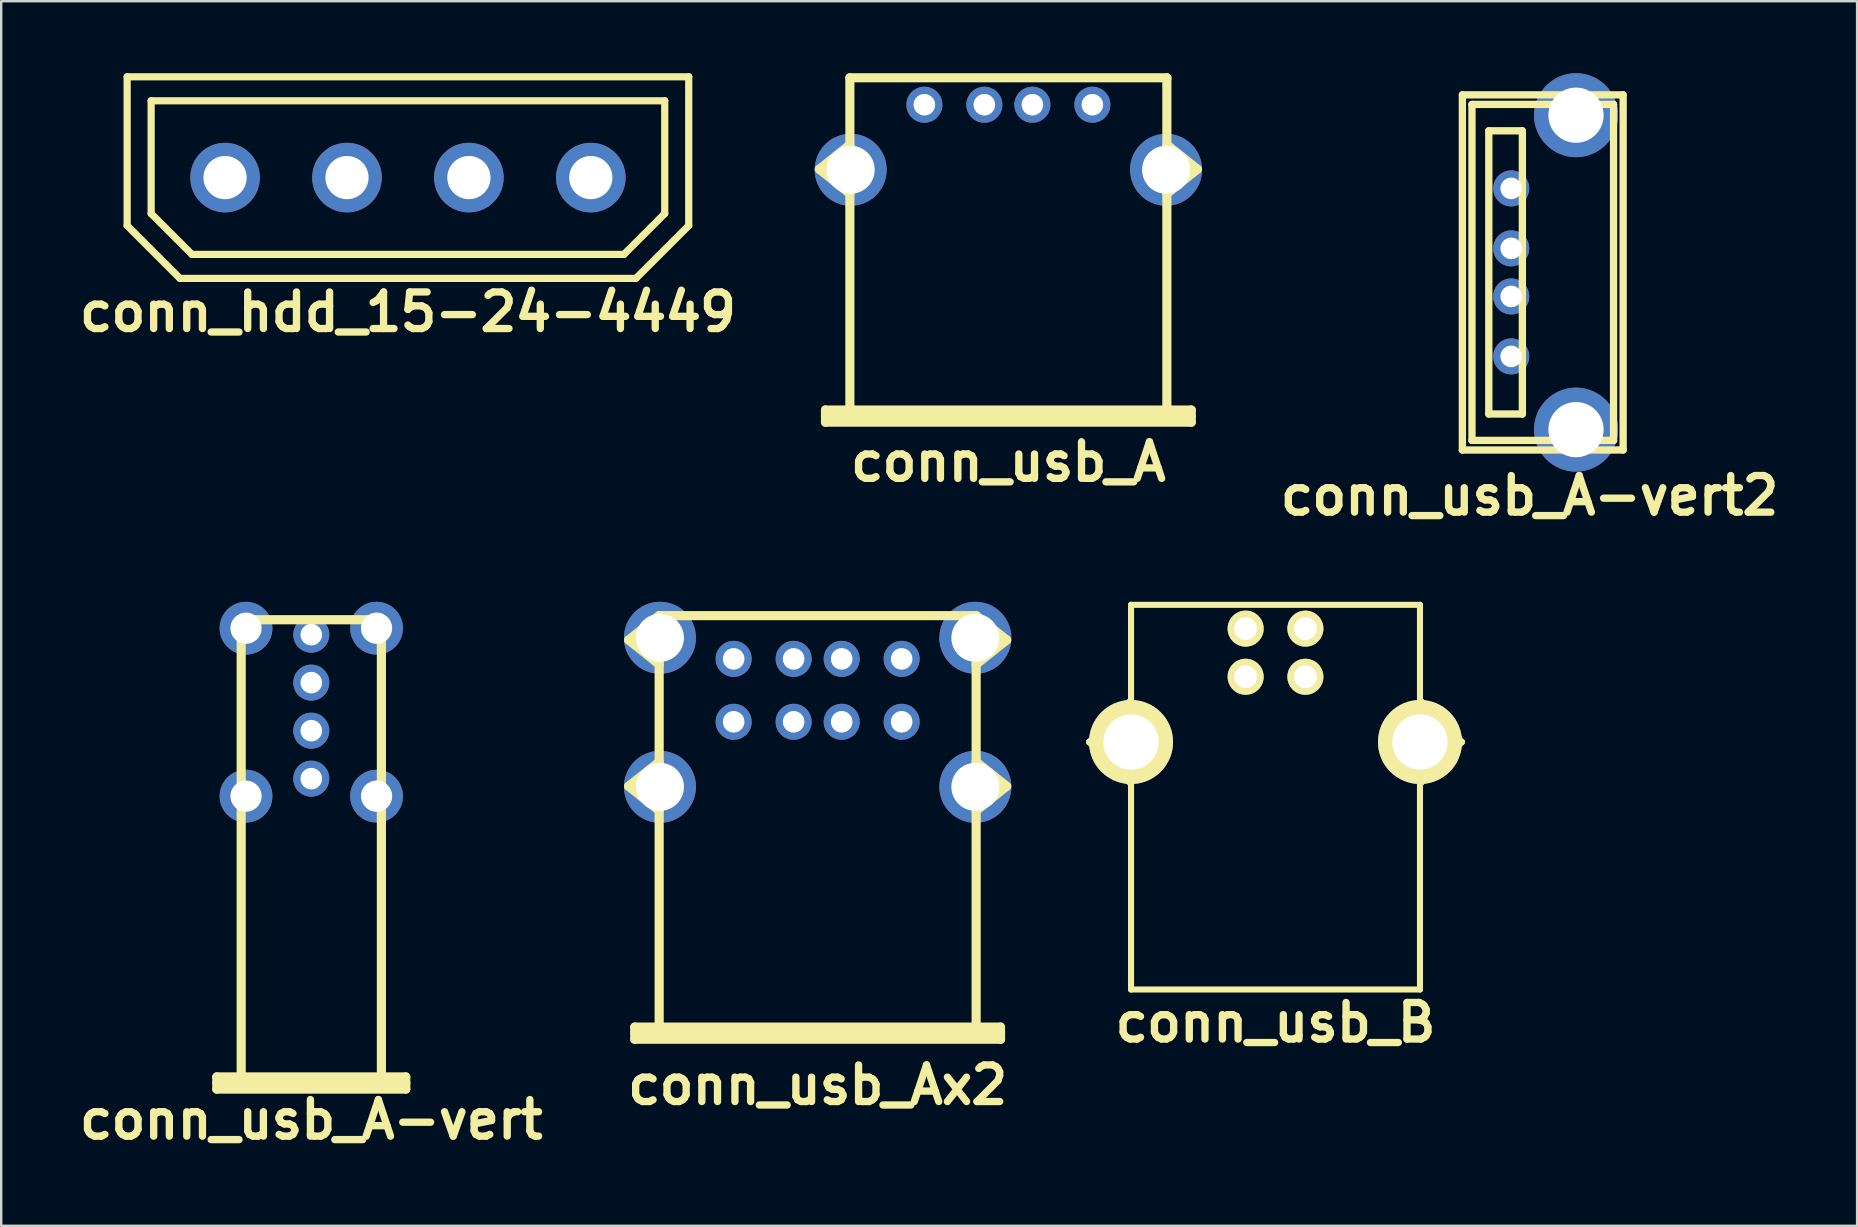
<source format=kicad_pcb>
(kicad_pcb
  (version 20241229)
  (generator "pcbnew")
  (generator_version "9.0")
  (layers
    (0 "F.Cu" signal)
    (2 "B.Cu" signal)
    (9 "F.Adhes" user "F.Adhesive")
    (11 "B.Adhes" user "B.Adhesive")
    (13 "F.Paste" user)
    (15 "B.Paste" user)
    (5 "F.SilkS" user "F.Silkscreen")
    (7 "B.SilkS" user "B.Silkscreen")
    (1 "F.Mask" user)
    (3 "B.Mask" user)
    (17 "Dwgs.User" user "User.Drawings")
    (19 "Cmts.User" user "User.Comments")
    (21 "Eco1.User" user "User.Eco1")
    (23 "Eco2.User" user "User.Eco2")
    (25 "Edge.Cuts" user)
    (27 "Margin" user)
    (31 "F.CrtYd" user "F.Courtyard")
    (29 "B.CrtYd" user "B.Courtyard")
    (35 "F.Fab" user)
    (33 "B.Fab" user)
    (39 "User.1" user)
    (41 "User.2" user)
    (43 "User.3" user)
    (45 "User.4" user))
  (footprint "conn_hdd_15-24-4449"
    (layer "F.Cu")
    (at 13.948 4.35)
    (property "Reference" "conn_hdd_15-24-4449" (at 0 5.6 0) (layer "F.SilkS") (effects (font (size 1.524 1.524) (thickness 0.305))))
    (attr through_hole)
    (fp_line (start -11.7 -4.2) (end -11.7 2) (stroke (width 0.3) (type solid)) (layer "F.SilkS"))
    (fp_line (start -11.7 -4.2) (end 11.7 -4.2) (stroke (width 0.3) (type solid)) (layer "F.SilkS"))
    (fp_line (start -10.7 -3.2) (end -10.7 1.5) (stroke (width 0.3) (type solid)) (layer "F.SilkS"))
    (fp_line (start -10.7 -3.2) (end 10.7 -3.2) (stroke (width 0.3) (type solid)) (layer "F.SilkS"))
    (fp_line (start -9.5 4.2) (end -11.7 2) (stroke (width 0.3) (type solid)) (layer "F.SilkS"))
    (fp_line (start -9.5 4.2) (end 9.5 4.2) (stroke (width 0.3) (type solid)) (layer "F.SilkS"))
    (fp_line (start -9 3.2) (end -10.7 1.5) (stroke (width 0.3) (type solid)) (layer "F.SilkS"))
    (fp_line (start -9 3.2) (end 9 3.2) (stroke (width 0.3) (type solid)) (layer "F.SilkS"))
    (fp_line (start 9 3.2) (end 10.7 1.5) (stroke (width 0.3) (type solid)) (layer "F.SilkS"))
    (fp_line (start 9.5 4.2) (end 11.7 2) (stroke (width 0.3) (type solid)) (layer "F.SilkS"))
    (fp_line (start 10.7 -3.2) (end 10.7 1.5) (stroke (width 0.3) (type solid)) (layer "F.SilkS"))
    (fp_line (start 11.7 -4.2) (end 11.7 2) (stroke (width 0.3) (type solid)) (layer "F.SilkS"))
    (pad "1" thru_hole circle (at -7.62 0) (size 2.9 2.9) (drill 1.8) (layers "*.Cu"))
    (pad "2" thru_hole circle (at -2.54 0) (size 2.9 2.9) (drill 1.8) (layers "*.Cu"))
    (pad "3" thru_hole circle (at 2.54 0) (size 2.9 2.9) (drill 1.8) (layers "*.Cu"))
    (pad "4" thru_hole circle (at 7.62 0) (size 2.9 2.9) (drill 1.8) (layers "*.Cu")))
  (footprint "conn_usb_A"
    (layer "F.Cu")
    (at 38.967 7.303)
    (property "Reference" "conn_usb_A" (at 0 8.89 0) (layer "F.SilkS") (effects (font (size 1.524 1.524) (thickness 0.305))))
    (attr through_hole)
    (fp_line (start -7.874 -3.302) (end -6.604 -2.286) (stroke (width 0.381) (type solid)) (layer "F.SilkS"))
    (fp_line (start -7.62 6.731) (end -7.62 7.239) (stroke (width 0.381) (type solid)) (layer "F.SilkS"))
    (fp_line (start -7.62 6.731) (end 7.62 6.731) (stroke (width 0.381) (type solid)) (layer "F.SilkS"))
    (fp_line (start -7.62 6.985) (end 7.62 6.985) (stroke (width 0.381) (type solid)) (layer "F.SilkS"))
    (fp_line (start -6.604 -7.112) (end -6.604 7.112) (stroke (width 0.381) (type solid)) (layer "F.SilkS"))
    (fp_line (start -6.604 -4.318) (end -7.874 -3.302) (stroke (width 0.381) (type solid)) (layer "F.SilkS"))
    (fp_line (start 6.604 -7.112) (end -6.604 -7.112) (stroke (width 0.381) (type solid)) (layer "F.SilkS"))
    (fp_line (start 6.604 -4.318) (end 7.874 -3.302) (stroke (width 0.381) (type solid)) (layer "F.SilkS"))
    (fp_line (start 6.604 7.112) (end 6.604 -7.112) (stroke (width 0.381) (type solid)) (layer "F.SilkS"))
    (fp_line (start 7.62 6.731) (end 7.62 7.239) (stroke (width 0.381) (type solid)) (layer "F.SilkS"))
    (fp_line (start 7.62 7.239) (end -7.62 7.239) (stroke (width 0.381) (type solid)) (layer "F.SilkS"))
    (fp_line (start 7.874 -3.302) (end 6.604 -2.286) (stroke (width 0.381) (type solid)) (layer "F.SilkS"))
    (pad "" thru_hole circle (at -6.571 -3.279) (size 3 3) (drill 1.999) (layers "*.Cu"))
    (pad "" thru_hole circle (at 6.571 -3.279) (size 3 3) (drill 1.999) (layers "*.Cu"))
    (pad "1" thru_hole circle (at -3.5 -5.989) (size 1.501 1.501) (drill 0.899) (layers "*.Cu"))
    (pad "2" thru_hole circle (at -1.001 -5.989) (size 1.501 1.501) (drill 0.899) (layers "*.Cu"))
    (pad "3" thru_hole circle (at 1.001 -5.989) (size 1.501 1.501) (drill 0.899) (layers "*.Cu"))
    (pad "4" thru_hole circle (at 3.5 -5.989) (size 1.501 1.501) (drill 0.899) (layers "*.Cu")))
  (footprint "conn_usb_B"
    (layer "F.Cu")
    (at 50.098 30.154)
    (property "Reference" "conn_usb_B" (at 0 9.401 0) (layer "F.SilkS") (effects (font (size 1.524 1.524) (thickness 0.305))))
    (attr through_hole)
    (fp_line (start -7.772 -2.286) (end -6.02 -0.533) (stroke (width 0.254) (type solid)) (layer "F.SilkS"))
    (fp_line (start -6.02 -8.001) (end -6.02 -2.286) (stroke (width 0.254) (type solid)) (layer "F.SilkS"))
    (fp_line (start -6.02 -4.039) (end -7.772 -2.286) (stroke (width 0.254) (type solid)) (layer "F.SilkS"))
    (fp_line (start -6.02 -2.286) (end -6.02 8.026) (stroke (width 0.254) (type solid)) (layer "F.SilkS"))
    (fp_line (start -6.02 8.026) (end 6.02 8.026) (stroke (width 0.254) (type solid)) (layer "F.SilkS"))
    (fp_line (start 6.02 -8.001) (end -6.02 -8.001) (stroke (width 0.254) (type solid)) (layer "F.SilkS"))
    (fp_line (start 6.02 -4.039) (end 7.772 -2.286) (stroke (width 0.254) (type solid)) (layer "F.SilkS"))
    (fp_line (start 6.02 -2.286) (end 6.02 -8.001) (stroke (width 0.254) (type solid)) (layer "F.SilkS"))
    (fp_line (start 6.02 8.026) (end 6.02 -2.286) (stroke (width 0.254) (type solid)) (layer "F.SilkS"))
    (fp_line (start 7.772 -2.286) (end 6.02 -0.533) (stroke (width 0.254) (type solid)) (layer "F.SilkS"))
    (pad "" thru_hole circle (at -6.02 -2.286) (size 3.5 3.5) (drill 2.301) (layers "*.Cu" "*.Mask" "F.SilkS"))
    (pad "" thru_hole circle (at 6.02 -2.286) (size 3.5 3.5) (drill 2.301) (layers "*.Cu" "*.Mask" "F.SilkS"))
    (pad "1" thru_hole circle (at 1.245 -7.01) (size 1.501 1.501) (drill 0.95) (layers "*.Cu" "*.Mask" "F.SilkS"))
    (pad "2" thru_hole circle (at -1.245 -7.01) (size 1.501 1.501) (drill 0.95) (layers "*.Cu" "*.Mask" "F.SilkS"))
    (pad "3" thru_hole circle (at -1.245 -5.004) (size 1.501 1.501) (drill 0.95) (layers "*.Cu" "*.Mask" "F.SilkS"))
    (pad "4" thru_hole circle (at 1.245 -5.004) (size 1.501 1.501) (drill 0.95) (layers "*.Cu" "*.Mask" "F.SilkS")))
  (footprint "conn_usb_Ax2"
    (layer "F.Cu")
    (at 31.02 31.491)
    (property "Reference" "conn_usb_Ax2" (at 0 10.668 0) (layer "F.SilkS") (effects (font (size 1.524 1.524) (thickness 0.305))))
    (attr through_hole)
    (fp_line (start -7.874 -7.874) (end -6.604 -6.858) (stroke (width 0.381) (type solid)) (layer "F.SilkS"))
    (fp_line (start -7.874 -1.778) (end -6.604 -0.762) (stroke (width 0.381) (type solid)) (layer "F.SilkS"))
    (fp_line (start -7.62 8.255) (end -7.62 8.763) (stroke (width 0.381) (type solid)) (layer "F.SilkS"))
    (fp_line (start -7.62 8.255) (end 7.62 8.255) (stroke (width 0.381) (type solid)) (layer "F.SilkS"))
    (fp_line (start -7.62 8.509) (end 7.62 8.509) (stroke (width 0.381) (type solid)) (layer "F.SilkS"))
    (fp_line (start -6.604 -8.89) (end -7.874 -7.874) (stroke (width 0.381) (type solid)) (layer "F.SilkS"))
    (fp_line (start -6.604 -8.636) (end -6.604 8.636) (stroke (width 0.381) (type solid)) (layer "F.SilkS"))
    (fp_line (start -6.604 -2.794) (end -7.874 -1.778) (stroke (width 0.381) (type solid)) (layer "F.SilkS"))
    (fp_line (start 6.604 -8.89) (end -6.604 -8.89) (stroke (width 0.381) (type solid)) (layer "F.SilkS"))
    (fp_line (start 6.604 -8.89) (end 7.874 -7.874) (stroke (width 0.381) (type solid)) (layer "F.SilkS"))
    (fp_line (start 6.604 -2.794) (end 7.874 -1.778) (stroke (width 0.381) (type solid)) (layer "F.SilkS"))
    (fp_line (start 6.604 8.636) (end 6.604 -8.636) (stroke (width 0.381) (type solid)) (layer "F.SilkS"))
    (fp_line (start 7.62 8.255) (end 7.62 8.763) (stroke (width 0.381) (type solid)) (layer "F.SilkS"))
    (fp_line (start 7.62 8.763) (end -7.62 8.763) (stroke (width 0.381) (type solid)) (layer "F.SilkS"))
    (fp_line (start 7.874 -7.874) (end 6.604 -6.858) (stroke (width 0.381) (type solid)) (layer "F.SilkS"))
    (fp_line (start 7.874 -1.778) (end 6.604 -0.762) (stroke (width 0.381) (type solid)) (layer "F.SilkS"))
    (pad "" thru_hole circle (at -6.571 -7.965) (size 3 3) (drill 1.999) (layers "*.Cu"))
    (pad "" thru_hole circle (at -6.571 -1.755) (size 3 3) (drill 1.999) (layers "*.Cu"))
    (pad "" thru_hole circle (at 6.571 -7.965) (size 3 3) (drill 1.999) (layers "*.Cu"))
    (pad "" thru_hole circle (at 6.571 -1.755) (size 3 3) (drill 1.999) (layers "*.Cu"))
    (pad "1" thru_hole circle (at -3.5 -4.465) (size 1.501 1.501) (drill 0.899) (layers "*.Cu"))
    (pad "2" thru_hole circle (at -1.001 -4.465) (size 1.501 1.501) (drill 0.899) (layers "*.Cu"))
    (pad "3" thru_hole circle (at 1.001 -4.465) (size 1.501 1.501) (drill 0.899) (layers "*.Cu"))
    (pad "4" thru_hole circle (at 3.5 -4.465) (size 1.501 1.501) (drill 0.899) (layers "*.Cu"))
    (pad "5" thru_hole circle (at -3.5 -7.087) (size 1.501 1.501) (drill 0.899) (layers "*.Cu"))
    (pad "6" thru_hole circle (at -1.001 -7.087) (size 1.501 1.501) (drill 0.899) (layers "*.Cu"))
    (pad "7" thru_hole circle (at 1.001 -7.087) (size 1.501 1.501) (drill 0.899) (layers "*.Cu"))
    (pad "8" thru_hole circle (at 3.5 -7.087) (size 1.501 1.501) (drill 0.899) (layers "*.Cu")))
  (footprint "conn_usb_A-vert2"
    (layer "F.Cu")
    (at 60.684 8.301)
    (property "Reference" "conn_usb_A-vert2" (at 0 9.299 0) (layer "F.SilkS") (effects (font (size 1.524 1.524) (thickness 0.305))))
    (attr through_hole)
    (fp_line (start -2.799 -7.399) (end -2.799 7.399) (stroke (width 0.305) (type solid)) (layer "F.SilkS"))
    (fp_line (start -2.799 7.399) (end 3.899 7.399) (stroke (width 0.305) (type solid)) (layer "F.SilkS"))
    (fp_line (start -2.4 -7) (end 3.5 -7) (stroke (width 0.305) (type solid)) (layer "F.SilkS"))
    (fp_line (start -2.4 7) (end -2.4 -7) (stroke (width 0.305) (type solid)) (layer "F.SilkS"))
    (fp_line (start -1.699 -5.9) (end -0.3 -5.9) (stroke (width 0.305) (type solid)) (layer "F.SilkS"))
    (fp_line (start -1.699 5.9) (end -1.699 -5.9) (stroke (width 0.305) (type solid)) (layer "F.SilkS"))
    (fp_line (start -0.3 -5.9) (end -0.3 5.9) (stroke (width 0.305) (type solid)) (layer "F.SilkS"))
    (fp_line (start -0.3 5.9) (end -1.699 5.9) (stroke (width 0.305) (type solid)) (layer "F.SilkS"))
    (fp_line (start 3.5 -7) (end 3.5 7) (stroke (width 0.305) (type solid)) (layer "F.SilkS"))
    (fp_line (start 3.5 7) (end -2.4 7) (stroke (width 0.305) (type solid)) (layer "F.SilkS"))
    (fp_line (start 3.899 -7.399) (end -2.799 -7.399) (stroke (width 0.305) (type solid)) (layer "F.SilkS"))
    (fp_line (start 3.899 7.399) (end 3.899 -7.399) (stroke (width 0.305) (type solid)) (layer "F.SilkS"))
    (pad "" thru_hole circle (at 1.935 -6.551) (size 3.5 3.5) (drill 2.301) (layers "*.Cu"))
    (pad "" thru_hole circle (at 1.935 6.551) (size 3.5 3.5) (drill 2.301) (layers "*.Cu"))
    (pad "1" thru_hole circle (at -0.765 3.5) (size 1.501 1.501) (drill 0.899) (layers "*.Cu"))
    (pad "2" thru_hole circle (at -0.765 1.001) (size 1.501 1.501) (drill 0.899) (layers "*.Cu"))
    (pad "3" thru_hole circle (at -0.765 -1.001) (size 1.501 1.501) (drill 0.899) (layers "*.Cu"))
    (pad "4" thru_hole circle (at -0.765 -3.5) (size 1.501 1.501) (drill 0.899) (layers "*.Cu")))
  (footprint "conn_usb_A-vert"
    (layer "F.Cu")
    (at 9.921 32.425)
    (property "Reference" "conn_usb_A-vert" (at 0 11.176 0) (layer "F.SilkS") (effects (font (size 1.524 1.524) (thickness 0.305))))
    (attr through_hole)
    (fp_line (start -3.937 9.398) (end -3.937 9.906) (stroke (width 0.381) (type solid)) (layer "F.SilkS"))
    (fp_line (start -3.937 9.906) (end 3.937 9.906) (stroke (width 0.381) (type solid)) (layer "F.SilkS"))
    (fp_line (start -2.921 -9.652) (end -2.921 9.652) (stroke (width 0.381) (type solid)) (layer "F.SilkS"))
    (fp_line (start 2.921 -9.652) (end -2.921 -9.652) (stroke (width 0.381) (type solid)) (layer "F.SilkS"))
    (fp_line (start 2.921 9.652) (end 2.921 -9.652) (stroke (width 0.381) (type solid)) (layer "F.SilkS"))
    (fp_line (start 3.937 9.398) (end -3.937 9.398) (stroke (width 0.381) (type solid)) (layer "F.SilkS"))
    (fp_line (start 3.937 9.652) (end -3.937 9.652) (stroke (width 0.381) (type solid)) (layer "F.SilkS"))
    (fp_line (start 3.937 9.906) (end 3.937 9.398) (stroke (width 0.381) (type solid)) (layer "F.SilkS"))
    (pad "" thru_hole circle (at -2.72 -9.299) (size 2.2 2.2) (drill 1.3) (layers "*.Cu"))
    (pad "" thru_hole circle (at -2.72 -2.301) (size 2.2 2.2) (drill 1.3) (layers "*.Cu"))
    (pad "" thru_hole circle (at 2.72 -9.299) (size 2.2 2.2) (drill 1.3) (layers "*.Cu"))
    (pad "" thru_hole circle (at 2.72 -2.301) (size 2.2 2.2) (drill 1.3) (layers "*.Cu"))
    (pad "1" thru_hole circle (at 0 -3.03) (size 1.501 1.501) (drill 0.899) (layers "*.Cu"))
    (pad "2" thru_hole circle (at 0 -5.029) (size 1.501 1.501) (drill 0.899) (layers "*.Cu"))
    (pad "3" thru_hole circle (at 0 -7.031) (size 1.501 1.501) (drill 0.899) (layers "*.Cu"))
    (pad "4" thru_hole circle (at 0 -9.03) (size 1.501 1.501) (drill 0.899) (layers "*.Cu")))
  (gr_rect
    (start -3 -3)
    (end 74.331 48.027)
    (stroke (width 0.1) (type default))
    (fill no)
    (layer "Edge.Cuts")))
</source>
